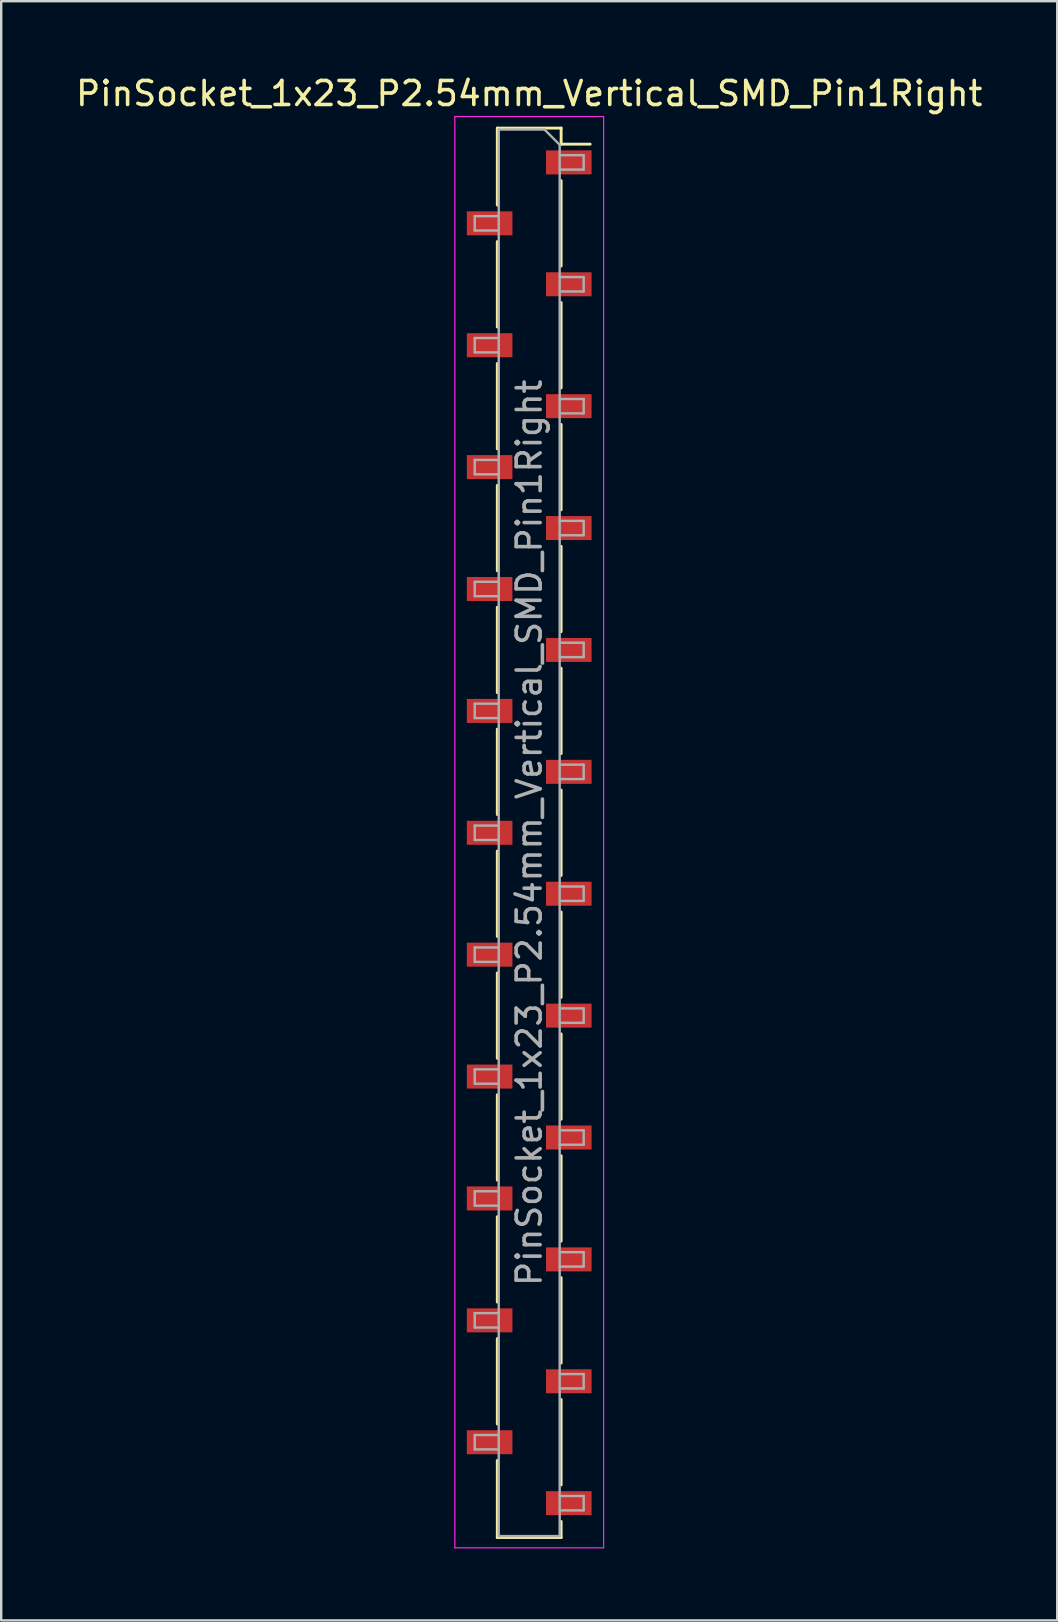
<source format=kicad_pcb>
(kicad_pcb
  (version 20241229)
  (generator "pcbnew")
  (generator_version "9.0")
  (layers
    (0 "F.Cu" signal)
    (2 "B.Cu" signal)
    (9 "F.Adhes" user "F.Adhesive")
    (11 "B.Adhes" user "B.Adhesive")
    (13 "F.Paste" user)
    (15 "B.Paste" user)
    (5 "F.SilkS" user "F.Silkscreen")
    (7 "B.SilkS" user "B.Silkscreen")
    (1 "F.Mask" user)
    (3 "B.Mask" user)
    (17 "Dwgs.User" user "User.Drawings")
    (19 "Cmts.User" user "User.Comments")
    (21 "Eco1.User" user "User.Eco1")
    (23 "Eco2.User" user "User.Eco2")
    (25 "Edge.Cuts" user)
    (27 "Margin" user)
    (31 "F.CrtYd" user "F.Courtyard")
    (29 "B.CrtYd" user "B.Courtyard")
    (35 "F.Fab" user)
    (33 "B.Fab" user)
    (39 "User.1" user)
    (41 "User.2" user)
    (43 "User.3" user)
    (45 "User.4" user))
  (footprint "PinSocket_1x23_P2.54mm_Vertical_SMD_Pin1Right"
    (layer "F.Cu")
    (at 19.006 31.658)
    (property "Reference" "PinSocket_1x23_P2.54mm_Vertical_SMD_Pin1Right" (at 0 -30.81 0) (layer "F.SilkS") (effects (font (size 1 1) (thickness 0.15))))
    (attr smd)
    (fp_line (start -1.33 -29.37) (end -1.33 -26.16) (stroke (width 0.12) (type solid)) (layer "F.SilkS"))
    (fp_line (start -1.33 -29.37) (end 1.33 -29.37) (stroke (width 0.12) (type solid)) (layer "F.SilkS"))
    (fp_line (start -1.33 -24.64) (end -1.33 -21.08) (stroke (width 0.12) (type solid)) (layer "F.SilkS"))
    (fp_line (start -1.33 -19.56) (end -1.33 -16) (stroke (width 0.12) (type solid)) (layer "F.SilkS"))
    (fp_line (start -1.33 -14.48) (end -1.33 -10.92) (stroke (width 0.12) (type solid)) (layer "F.SilkS"))
    (fp_line (start -1.33 -9.4) (end -1.33 -5.84) (stroke (width 0.12) (type solid)) (layer "F.SilkS"))
    (fp_line (start -1.33 -4.32) (end -1.33 -0.76) (stroke (width 0.12) (type solid)) (layer "F.SilkS"))
    (fp_line (start -1.33 0.76) (end -1.33 4.32) (stroke (width 0.12) (type solid)) (layer "F.SilkS"))
    (fp_line (start -1.33 5.84) (end -1.33 9.4) (stroke (width 0.12) (type solid)) (layer "F.SilkS"))
    (fp_line (start -1.33 10.92) (end -1.33 14.48) (stroke (width 0.12) (type solid)) (layer "F.SilkS"))
    (fp_line (start -1.33 16) (end -1.33 19.56) (stroke (width 0.12) (type solid)) (layer "F.SilkS"))
    (fp_line (start -1.33 21.08) (end -1.33 24.64) (stroke (width 0.12) (type solid)) (layer "F.SilkS"))
    (fp_line (start -1.33 26.16) (end -1.33 29.37) (stroke (width 0.12) (type solid)) (layer "F.SilkS"))
    (fp_line (start -1.33 29.37) (end 1.33 29.37) (stroke (width 0.12) (type solid)) (layer "F.SilkS"))
    (fp_line (start 1.33 -29.37) (end 1.33 -28.7) (stroke (width 0.12) (type solid)) (layer "F.SilkS"))
    (fp_line (start 1.33 -28.7) (end 2.54 -28.7) (stroke (width 0.12) (type solid)) (layer "F.SilkS"))
    (fp_line (start 1.33 -27.18) (end 1.33 -23.62) (stroke (width 0.12) (type solid)) (layer "F.SilkS"))
    (fp_line (start 1.33 -22.1) (end 1.33 -18.54) (stroke (width 0.12) (type solid)) (layer "F.SilkS"))
    (fp_line (start 1.33 -17.02) (end 1.33 -13.46) (stroke (width 0.12) (type solid)) (layer "F.SilkS"))
    (fp_line (start 1.33 -11.94) (end 1.33 -8.38) (stroke (width 0.12) (type solid)) (layer "F.SilkS"))
    (fp_line (start 1.33 -6.86) (end 1.33 -3.3) (stroke (width 0.12) (type solid)) (layer "F.SilkS"))
    (fp_line (start 1.33 -1.78) (end 1.33 1.78) (stroke (width 0.12) (type solid)) (layer "F.SilkS"))
    (fp_line (start 1.33 3.3) (end 1.33 6.86) (stroke (width 0.12) (type solid)) (layer "F.SilkS"))
    (fp_line (start 1.33 8.38) (end 1.33 11.94) (stroke (width 0.12) (type solid)) (layer "F.SilkS"))
    (fp_line (start 1.33 13.46) (end 1.33 17.02) (stroke (width 0.12) (type solid)) (layer "F.SilkS"))
    (fp_line (start 1.33 18.54) (end 1.33 22.1) (stroke (width 0.12) (type solid)) (layer "F.SilkS"))
    (fp_line (start 1.33 23.62) (end 1.33 27.18) (stroke (width 0.12) (type solid)) (layer "F.SilkS"))
    (fp_line (start 1.33 28.7) (end 1.33 29.37) (stroke (width 0.12) (type solid)) (layer "F.SilkS"))
    (fp_line (start -3.1 -29.85) (end 3.1 -29.85) (stroke (width 0.05) (type solid)) (layer "F.CrtYd"))
    (fp_line (start -3.1 29.8) (end -3.1 -29.85) (stroke (width 0.05) (type solid)) (layer "F.CrtYd"))
    (fp_line (start 3.1 -29.85) (end 3.1 29.8) (stroke (width 0.05) (type solid)) (layer "F.CrtYd"))
    (fp_line (start 3.1 29.8) (end -3.1 29.8) (stroke (width 0.05) (type solid)) (layer "F.CrtYd"))
    (fp_line (start -2.27 -25.7) (end -1.27 -25.7) (stroke (width 0.1) (type solid)) (layer "F.Fab"))
    (fp_line (start -2.27 -25.1) (end -2.27 -25.7) (stroke (width 0.1) (type solid)) (layer "F.Fab"))
    (fp_line (start -2.27 -20.62) (end -1.27 -20.62) (stroke (width 0.1) (type solid)) (layer "F.Fab"))
    (fp_line (start -2.27 -20.02) (end -2.27 -20.62) (stroke (width 0.1) (type solid)) (layer "F.Fab"))
    (fp_line (start -2.27 -15.54) (end -1.27 -15.54) (stroke (width 0.1) (type solid)) (layer "F.Fab"))
    (fp_line (start -2.27 -14.94) (end -2.27 -15.54) (stroke (width 0.1) (type solid)) (layer "F.Fab"))
    (fp_line (start -2.27 -10.46) (end -1.27 -10.46) (stroke (width 0.1) (type solid)) (layer "F.Fab"))
    (fp_line (start -2.27 -9.86) (end -2.27 -10.46) (stroke (width 0.1) (type solid)) (layer "F.Fab"))
    (fp_line (start -2.27 -5.38) (end -1.27 -5.38) (stroke (width 0.1) (type solid)) (layer "F.Fab"))
    (fp_line (start -2.27 -4.78) (end -2.27 -5.38) (stroke (width 0.1) (type solid)) (layer "F.Fab"))
    (fp_line (start -2.27 -0.3) (end -1.27 -0.3) (stroke (width 0.1) (type solid)) (layer "F.Fab"))
    (fp_line (start -2.27 0.3) (end -2.27 -0.3) (stroke (width 0.1) (type solid)) (layer "F.Fab"))
    (fp_line (start -2.27 4.78) (end -1.27 4.78) (stroke (width 0.1) (type solid)) (layer "F.Fab"))
    (fp_line (start -2.27 5.38) (end -2.27 4.78) (stroke (width 0.1) (type solid)) (layer "F.Fab"))
    (fp_line (start -2.27 9.86) (end -1.27 9.86) (stroke (width 0.1) (type solid)) (layer "F.Fab"))
    (fp_line (start -2.27 10.46) (end -2.27 9.86) (stroke (width 0.1) (type solid)) (layer "F.Fab"))
    (fp_line (start -2.27 14.94) (end -1.27 14.94) (stroke (width 0.1) (type solid)) (layer "F.Fab"))
    (fp_line (start -2.27 15.54) (end -2.27 14.94) (stroke (width 0.1) (type solid)) (layer "F.Fab"))
    (fp_line (start -2.27 20.02) (end -1.27 20.02) (stroke (width 0.1) (type solid)) (layer "F.Fab"))
    (fp_line (start -2.27 20.62) (end -2.27 20.02) (stroke (width 0.1) (type solid)) (layer "F.Fab"))
    (fp_line (start -2.27 25.1) (end -1.27 25.1) (stroke (width 0.1) (type solid)) (layer "F.Fab"))
    (fp_line (start -2.27 25.7) (end -2.27 25.1) (stroke (width 0.1) (type solid)) (layer "F.Fab"))
    (fp_line (start -1.27 -29.31) (end 0.635 -29.31) (stroke (width 0.1) (type solid)) (layer "F.Fab"))
    (fp_line (start -1.27 -25.1) (end -2.27 -25.1) (stroke (width 0.1) (type solid)) (layer "F.Fab"))
    (fp_line (start -1.27 -20.02) (end -2.27 -20.02) (stroke (width 0.1) (type solid)) (layer "F.Fab"))
    (fp_line (start -1.27 -14.94) (end -2.27 -14.94) (stroke (width 0.1) (type solid)) (layer "F.Fab"))
    (fp_line (start -1.27 -9.86) (end -2.27 -9.86) (stroke (width 0.1) (type solid)) (layer "F.Fab"))
    (fp_line (start -1.27 -4.78) (end -2.27 -4.78) (stroke (width 0.1) (type solid)) (layer "F.Fab"))
    (fp_line (start -1.27 0.3) (end -2.27 0.3) (stroke (width 0.1) (type solid)) (layer "F.Fab"))
    (fp_line (start -1.27 5.38) (end -2.27 5.38) (stroke (width 0.1) (type solid)) (layer "F.Fab"))
    (fp_line (start -1.27 10.46) (end -2.27 10.46) (stroke (width 0.1) (type solid)) (layer "F.Fab"))
    (fp_line (start -1.27 15.54) (end -2.27 15.54) (stroke (width 0.1) (type solid)) (layer "F.Fab"))
    (fp_line (start -1.27 20.62) (end -2.27 20.62) (stroke (width 0.1) (type solid)) (layer "F.Fab"))
    (fp_line (start -1.27 25.7) (end -2.27 25.7) (stroke (width 0.1) (type solid)) (layer "F.Fab"))
    (fp_line (start -1.27 29.31) (end -1.27 -29.31) (stroke (width 0.1) (type solid)) (layer "F.Fab"))
    (fp_line (start 0.635 -29.31) (end 1.27 -28.675) (stroke (width 0.1) (type solid)) (layer "F.Fab"))
    (fp_line (start 1.27 -28.675) (end 1.27 29.31) (stroke (width 0.1) (type solid)) (layer "F.Fab"))
    (fp_line (start 1.27 -28.24) (end 2.27 -28.24) (stroke (width 0.1) (type solid)) (layer "F.Fab"))
    (fp_line (start 1.27 -23.16) (end 2.27 -23.16) (stroke (width 0.1) (type solid)) (layer "F.Fab"))
    (fp_line (start 1.27 -18.08) (end 2.27 -18.08) (stroke (width 0.1) (type solid)) (layer "F.Fab"))
    (fp_line (start 1.27 -13) (end 2.27 -13) (stroke (width 0.1) (type solid)) (layer "F.Fab"))
    (fp_line (start 1.27 -7.92) (end 2.27 -7.92) (stroke (width 0.1) (type solid)) (layer "F.Fab"))
    (fp_line (start 1.27 -2.84) (end 2.27 -2.84) (stroke (width 0.1) (type solid)) (layer "F.Fab"))
    (fp_line (start 1.27 2.24) (end 2.27 2.24) (stroke (width 0.1) (type solid)) (layer "F.Fab"))
    (fp_line (start 1.27 7.32) (end 2.27 7.32) (stroke (width 0.1) (type solid)) (layer "F.Fab"))
    (fp_line (start 1.27 12.4) (end 2.27 12.4) (stroke (width 0.1) (type solid)) (layer "F.Fab"))
    (fp_line (start 1.27 17.48) (end 2.27 17.48) (stroke (width 0.1) (type solid)) (layer "F.Fab"))
    (fp_line (start 1.27 22.56) (end 2.27 22.56) (stroke (width 0.1) (type solid)) (layer "F.Fab"))
    (fp_line (start 1.27 27.64) (end 2.27 27.64) (stroke (width 0.1) (type solid)) (layer "F.Fab"))
    (fp_line (start 1.27 29.31) (end -1.27 29.31) (stroke (width 0.1) (type solid)) (layer "F.Fab"))
    (fp_line (start 2.27 -28.24) (end 2.27 -27.64) (stroke (width 0.1) (type solid)) (layer "F.Fab"))
    (fp_line (start 2.27 -27.64) (end 1.27 -27.64) (stroke (width 0.1) (type solid)) (layer "F.Fab"))
    (fp_line (start 2.27 -23.16) (end 2.27 -22.56) (stroke (width 0.1) (type solid)) (layer "F.Fab"))
    (fp_line (start 2.27 -22.56) (end 1.27 -22.56) (stroke (width 0.1) (type solid)) (layer "F.Fab"))
    (fp_line (start 2.27 -18.08) (end 2.27 -17.48) (stroke (width 0.1) (type solid)) (layer "F.Fab"))
    (fp_line (start 2.27 -17.48) (end 1.27 -17.48) (stroke (width 0.1) (type solid)) (layer "F.Fab"))
    (fp_line (start 2.27 -13) (end 2.27 -12.4) (stroke (width 0.1) (type solid)) (layer "F.Fab"))
    (fp_line (start 2.27 -12.4) (end 1.27 -12.4) (stroke (width 0.1) (type solid)) (layer "F.Fab"))
    (fp_line (start 2.27 -7.92) (end 2.27 -7.32) (stroke (width 0.1) (type solid)) (layer "F.Fab"))
    (fp_line (start 2.27 -7.32) (end 1.27 -7.32) (stroke (width 0.1) (type solid)) (layer "F.Fab"))
    (fp_line (start 2.27 -2.84) (end 2.27 -2.24) (stroke (width 0.1) (type solid)) (layer "F.Fab"))
    (fp_line (start 2.27 -2.24) (end 1.27 -2.24) (stroke (width 0.1) (type solid)) (layer "F.Fab"))
    (fp_line (start 2.27 2.24) (end 2.27 2.84) (stroke (width 0.1) (type solid)) (layer "F.Fab"))
    (fp_line (start 2.27 2.84) (end 1.27 2.84) (stroke (width 0.1) (type solid)) (layer "F.Fab"))
    (fp_line (start 2.27 7.32) (end 2.27 7.92) (stroke (width 0.1) (type solid)) (layer "F.Fab"))
    (fp_line (start 2.27 7.92) (end 1.27 7.92) (stroke (width 0.1) (type solid)) (layer "F.Fab"))
    (fp_line (start 2.27 12.4) (end 2.27 13) (stroke (width 0.1) (type solid)) (layer "F.Fab"))
    (fp_line (start 2.27 13) (end 1.27 13) (stroke (width 0.1) (type solid)) (layer "F.Fab"))
    (fp_line (start 2.27 17.48) (end 2.27 18.08) (stroke (width 0.1) (type solid)) (layer "F.Fab"))
    (fp_line (start 2.27 18.08) (end 1.27 18.08) (stroke (width 0.1) (type solid)) (layer "F.Fab"))
    (fp_line (start 2.27 22.56) (end 2.27 23.16) (stroke (width 0.1) (type solid)) (layer "F.Fab"))
    (fp_line (start 2.27 23.16) (end 1.27 23.16) (stroke (width 0.1) (type solid)) (layer "F.Fab"))
    (fp_line (start 2.27 27.64) (end 2.27 28.24) (stroke (width 0.1) (type solid)) (layer "F.Fab"))
    (fp_line (start 2.27 28.24) (end 1.27 28.24) (stroke (width 0.1) (type solid)) (layer "F.Fab"))
    (fp_text user "${REFERENCE}" (at 0 0 90) (layer "F.Fab") (effects (font (size 1 1) (thickness 0.15))))
    (pad "1" smd rect (at 1.65 -27.94) (size 1.9 1) (layers "F.Cu" "F.Mask" "F.Paste"))
    (pad "2" smd rect (at -1.65 -25.4) (size 1.9 1) (layers "F.Cu" "F.Mask" "F.Paste"))
    (pad "3" smd rect (at 1.65 -22.86) (size 1.9 1) (layers "F.Cu" "F.Mask" "F.Paste"))
    (pad "4" smd rect (at -1.65 -20.32) (size 1.9 1) (layers "F.Cu" "F.Mask" "F.Paste"))
    (pad "5" smd rect (at 1.65 -17.78) (size 1.9 1) (layers "F.Cu" "F.Mask" "F.Paste"))
    (pad "6" smd rect (at -1.65 -15.24) (size 1.9 1) (layers "F.Cu" "F.Mask" "F.Paste"))
    (pad "7" smd rect (at 1.65 -12.7) (size 1.9 1) (layers "F.Cu" "F.Mask" "F.Paste"))
    (pad "8" smd rect (at -1.65 -10.16) (size 1.9 1) (layers "F.Cu" "F.Mask" "F.Paste"))
    (pad "9" smd rect (at 1.65 -7.62) (size 1.9 1) (layers "F.Cu" "F.Mask" "F.Paste"))
    (pad "10" smd rect (at -1.65 -5.08) (size 1.9 1) (layers "F.Cu" "F.Mask" "F.Paste"))
    (pad "11" smd rect (at 1.65 -2.54) (size 1.9 1) (layers "F.Cu" "F.Mask" "F.Paste"))
    (pad "12" smd rect (at -1.65 0) (size 1.9 1) (layers "F.Cu" "F.Mask" "F.Paste"))
    (pad "13" smd rect (at 1.65 2.54) (size 1.9 1) (layers "F.Cu" "F.Mask" "F.Paste"))
    (pad "14" smd rect (at -1.65 5.08) (size 1.9 1) (layers "F.Cu" "F.Mask" "F.Paste"))
    (pad "15" smd rect (at 1.65 7.62) (size 1.9 1) (layers "F.Cu" "F.Mask" "F.Paste"))
    (pad "16" smd rect (at -1.65 10.16) (size 1.9 1) (layers "F.Cu" "F.Mask" "F.Paste"))
    (pad "17" smd rect (at 1.65 12.7) (size 1.9 1) (layers "F.Cu" "F.Mask" "F.Paste"))
    (pad "18" smd rect (at -1.65 15.24) (size 1.9 1) (layers "F.Cu" "F.Mask" "F.Paste"))
    (pad "19" smd rect (at 1.65 17.78) (size 1.9 1) (layers "F.Cu" "F.Mask" "F.Paste"))
    (pad "20" smd rect (at -1.65 20.32) (size 1.9 1) (layers "F.Cu" "F.Mask" "F.Paste"))
    (pad "21" smd rect (at 1.65 22.86) (size 1.9 1) (layers "F.Cu" "F.Mask" "F.Paste"))
    (pad "22" smd rect (at -1.65 25.4) (size 1.9 1) (layers "F.Cu" "F.Mask" "F.Paste"))
    (pad "23" smd rect (at 1.65 27.94) (size 1.9 1) (layers "F.Cu" "F.Mask" "F.Paste")))
  (gr_rect
    (start -3 -3)
    (end 41.012 64.483)
    (stroke (width 0.1) (type default))
    (fill no)
    (layer "Edge.Cuts")))
</source>
